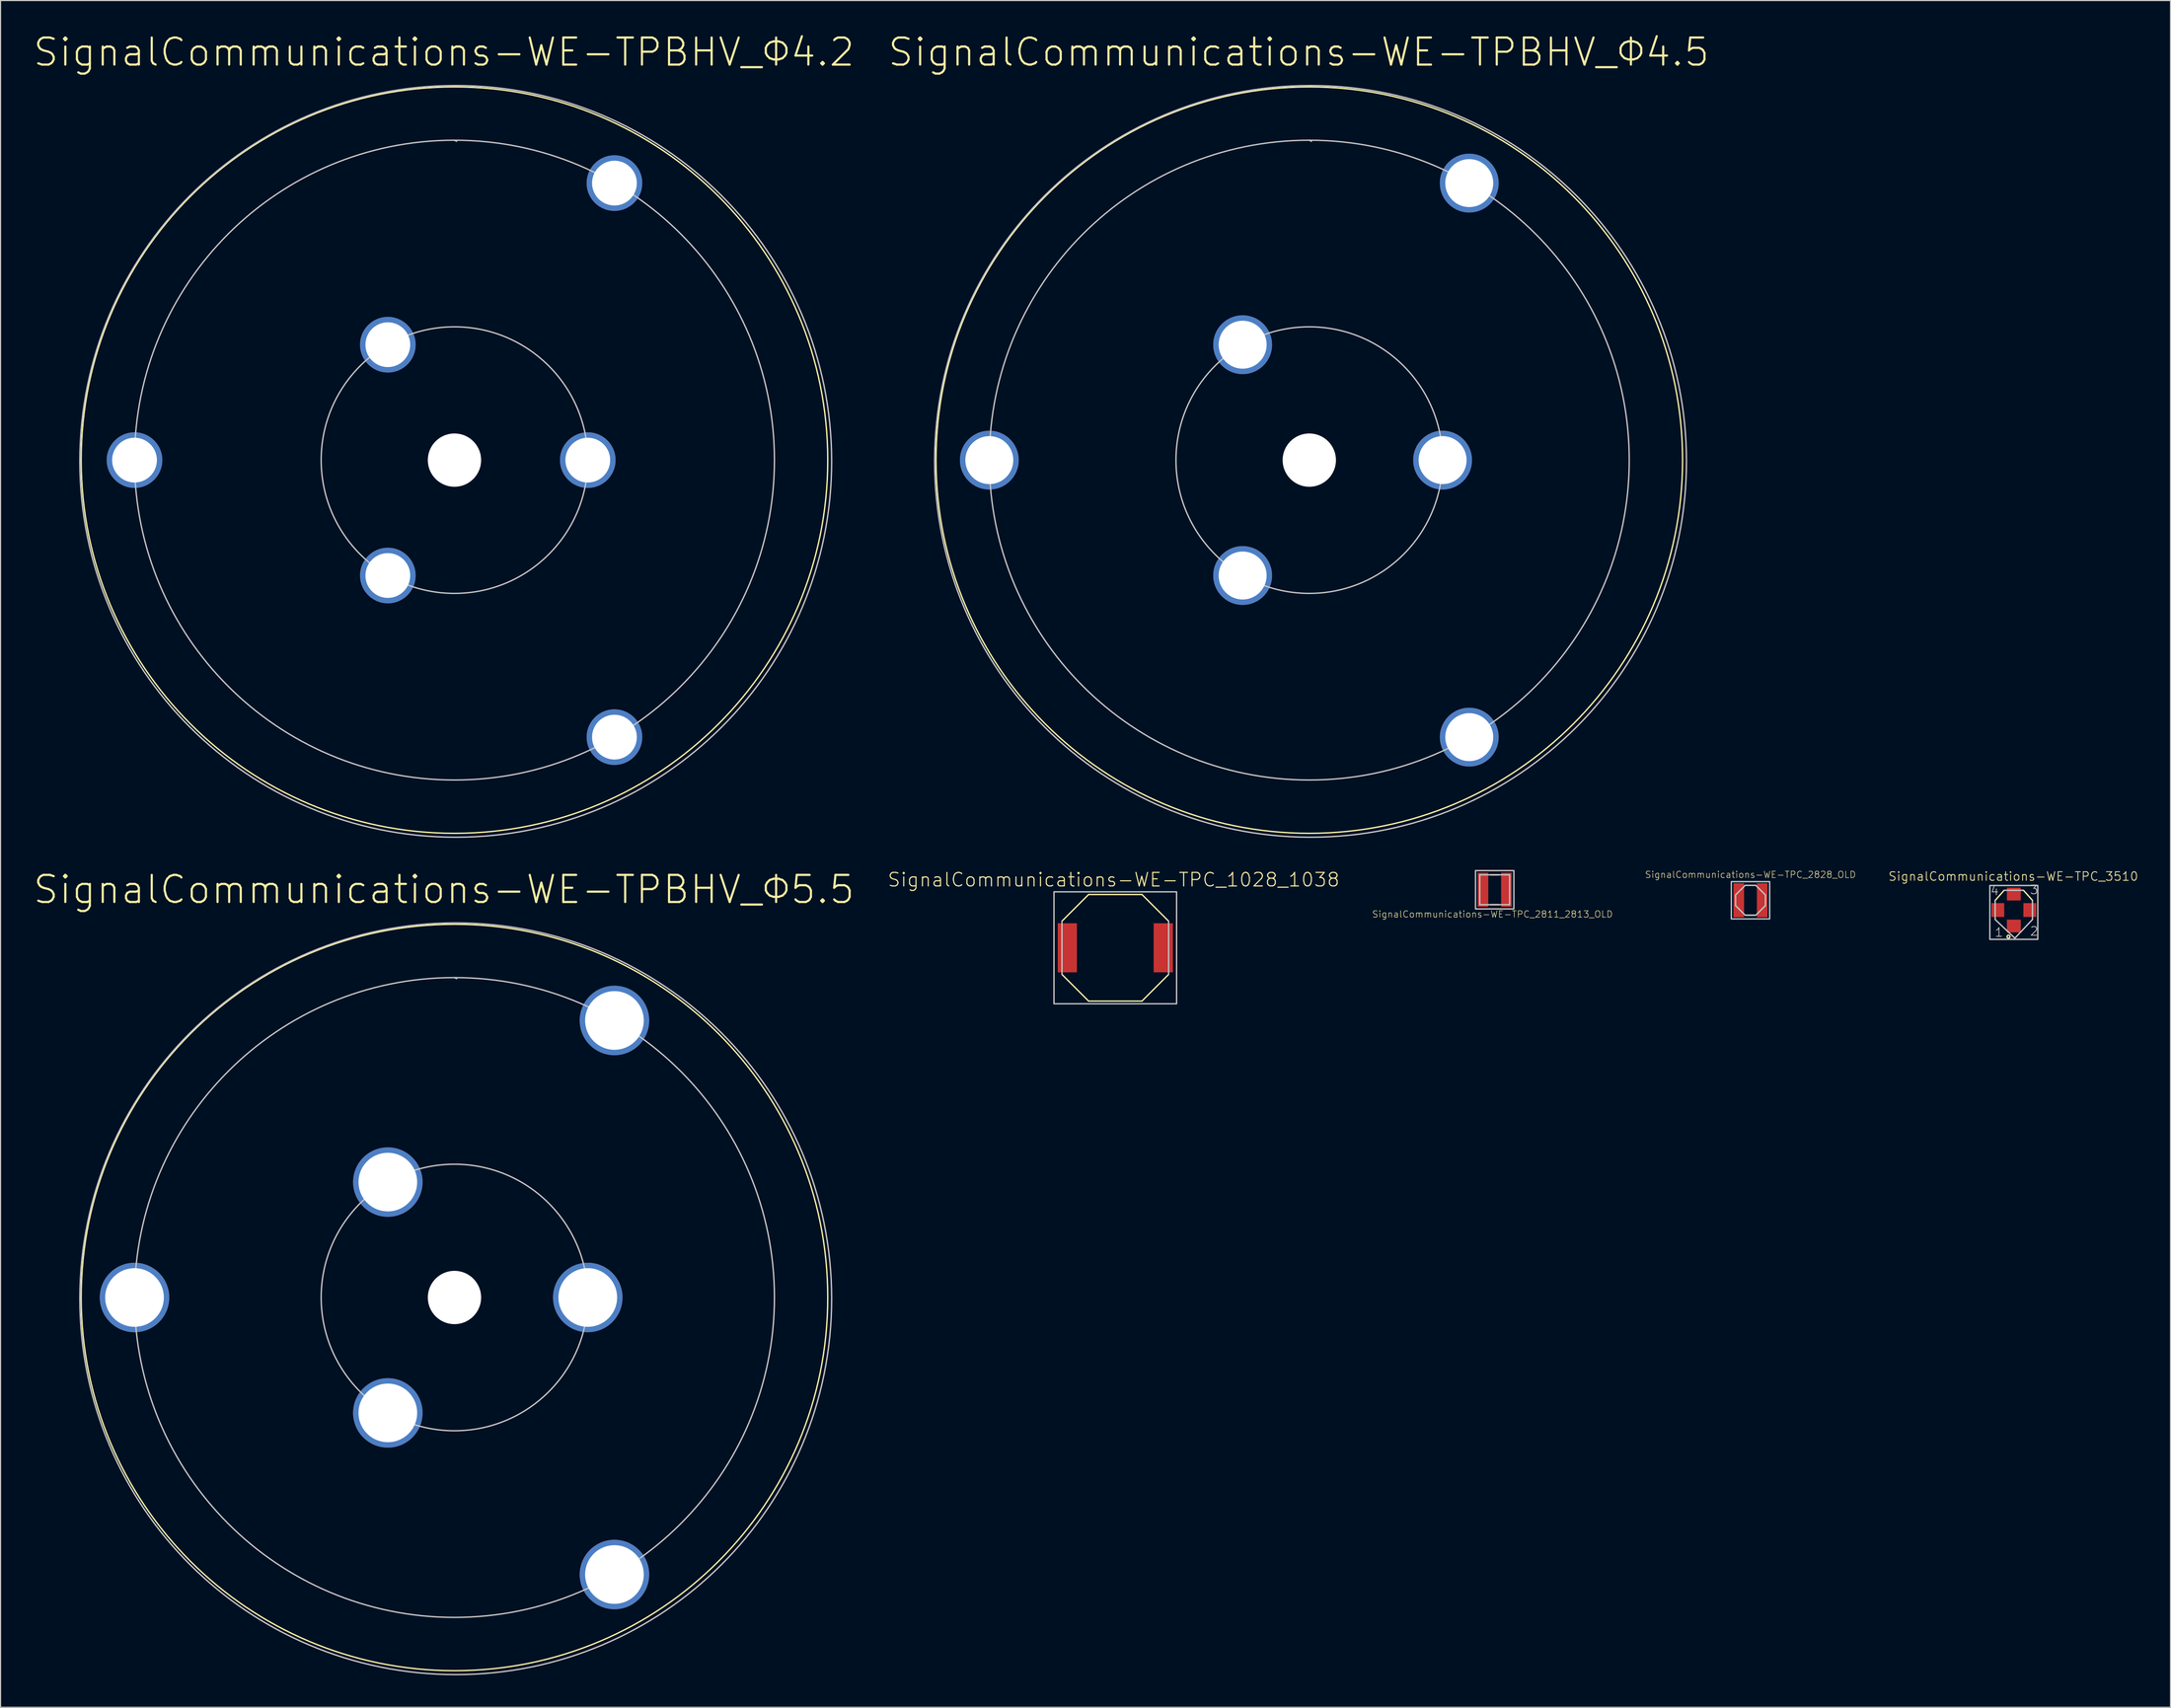
<source format=kicad_pcb>
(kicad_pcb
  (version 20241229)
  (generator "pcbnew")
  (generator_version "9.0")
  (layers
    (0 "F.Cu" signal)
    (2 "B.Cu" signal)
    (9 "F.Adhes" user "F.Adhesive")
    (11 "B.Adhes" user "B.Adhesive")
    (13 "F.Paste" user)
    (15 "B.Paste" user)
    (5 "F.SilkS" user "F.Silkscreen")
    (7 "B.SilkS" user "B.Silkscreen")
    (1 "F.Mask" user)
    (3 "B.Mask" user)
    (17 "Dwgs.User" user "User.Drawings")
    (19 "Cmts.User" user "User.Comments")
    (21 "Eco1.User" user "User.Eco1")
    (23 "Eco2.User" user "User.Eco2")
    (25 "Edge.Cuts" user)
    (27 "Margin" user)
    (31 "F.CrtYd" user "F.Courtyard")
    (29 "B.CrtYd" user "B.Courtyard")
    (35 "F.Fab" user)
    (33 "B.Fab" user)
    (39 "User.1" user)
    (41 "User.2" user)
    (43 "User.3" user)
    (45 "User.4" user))
  (footprint "SignalCommunications-WE-TPBHV_Φ4.5"
    (layer "F.Cu")
    (at 119.71 40.1)
    (property "Reference" "SignalCommunications-WE-TPBHV_Φ4.5" (at -0.988 -38.257 0) (layer "F.SilkS") (effects (font (size 2.54 2.54) (thickness 0.203))))
    (attr exclude_from_pos_files exclude_from_bom)
    (fp_circle (center 0 0) (end 0 -34.999) (stroke (width 0.127) (type solid)) (fill no) (layer "F.SilkS"))
    (fp_line (start 0.198 -29.898) (end 0 -30) (stroke (width 0.127) (type solid)) (layer "Dwgs.User"))
    (fp_circle (center 0 0) (end 0 -30) (stroke (width 0.127) (type solid)) (fill no) (layer "Dwgs.User"))
    (fp_circle (center 0 0) (end 0 -12.499) (stroke (width 0.127) (type solid)) (fill no) (layer "Dwgs.User"))
    (fp_circle (center 0.119 0.119) (end 0.119 -35.128) (stroke (width 0.127) (type solid)) (fill no) (layer "Dwgs.User"))
    (pad "" np_thru_hole circle (at 0 0) (size 4.999 4.999) (drill 4.999) (layers "*.Cu" "*.Mask"))
    (pad "1" thru_hole circle (at 14.999 -25.979) (size 5.514 5.514) (drill 4.498) (layers "*.Cu" "*.Paste" "*.Mask"))
    (pad "2" thru_hole circle (at 14.999 25.979) (size 5.514 5.514) (drill 4.498) (layers "*.Cu" "*.Paste" "*.Mask"))
    (pad "3" thru_hole circle (at -30 0) (size 5.514 5.514) (drill 4.498) (layers "*.Cu" "*.Paste" "*.Mask"))
    (pad "4" thru_hole circle (at 12.499 0) (size 5.514 5.514) (drill 4.498) (layers "*.Cu" "*.Paste" "*.Mask"))
    (pad "5" thru_hole circle (at -6.248 10.823) (size 5.514 5.514) (drill 4.498) (layers "*.Cu" "*.Paste" "*.Mask"))
    (pad "6" thru_hole circle (at -6.248 -10.823) (size 5.514 5.514) (drill 4.498) (layers "*.Cu" "*.Paste" "*.Mask")))
  (footprint "SignalCommunications-WE-TPC_2811_2813_OLD"
    (layer "F.Cu")
    (at 137.094 80.392)
    (property "Reference" "SignalCommunications-WE-TPC_2811_2813_OLD" (at -0.208 2.294 0) (layer "F.SilkS") (effects (font (size 0.61 0.61) (thickness 0.051))))
    (attr smd)
    (fp_line (start -0.399 -1.4) (end 0.399 -1.4) (stroke (width 0.127) (type solid)) (layer "F.SilkS"))
    (fp_line (start -0.399 1.4) (end 0.399 1.4) (stroke (width 0.127) (type solid)) (layer "F.SilkS"))
    (fp_line (start -1.4 -1.4) (end 1.4 -1.4) (stroke (width 0.127) (type solid)) (layer "Dwgs.User"))
    (fp_line (start -1.4 1.4) (end -1.4 -1.4) (stroke (width 0.127) (type solid)) (layer "Dwgs.User"))
    (fp_line (start 1.4 -1.4) (end 1.4 1.4) (stroke (width 0.127) (type solid)) (layer "Dwgs.User"))
    (fp_line (start 1.4 1.4) (end -1.4 1.4) (stroke (width 0.127) (type solid)) (layer "Dwgs.User"))
    (fp_poly (pts (xy -1.798 -1.798) (xy 1.798 -1.798) (xy 1.798 1.798) (xy -1.798 1.798) (xy -1.798 -1.798)) (stroke (width 0.127) (type solid)) (fill no) (layer "Dwgs.User"))
    (pad "1" smd rect (at -1.1 0 90) (size 3.198 0.998) (layers "F.Cu" "F.Mask" "F.Paste"))
    (pad "2" smd rect (at 1.1 0 90) (size 3.198 0.998) (layers "F.Cu" "F.Mask" "F.Paste")))
  (footprint "SignalCommunications-WE-TPBHV_Φ4.2"
    (layer "F.Cu")
    (at 39.562 40.1)
    (property "Reference" "SignalCommunications-WE-TPBHV_Φ4.2" (at -0.988 -38.257 0) (layer "F.SilkS") (effects (font (size 2.54 2.54) (thickness 0.203))))
    (attr exclude_from_pos_files exclude_from_bom)
    (fp_circle (center 0 0) (end 0 -34.999) (stroke (width 0.127) (type solid)) (fill no) (layer "F.SilkS"))
    (fp_line (start 0.198 -29.898) (end 0 -30) (stroke (width 0.127) (type solid)) (layer "Dwgs.User"))
    (fp_circle (center 0 0) (end 0 -30) (stroke (width 0.127) (type solid)) (fill no) (layer "Dwgs.User"))
    (fp_circle (center 0 0) (end 0 -12.499) (stroke (width 0.127) (type solid)) (fill no) (layer "Dwgs.User"))
    (fp_circle (center 0.119 0.119) (end 0.119 -35.128) (stroke (width 0.127) (type solid)) (fill no) (layer "Dwgs.User"))
    (pad "" np_thru_hole circle (at 0 0) (size 4.999 4.999) (drill 4.999) (layers "*.Cu" "*.Mask"))
    (pad "1" thru_hole circle (at 14.999 -25.979) (size 5.215 5.215) (drill 4.199) (layers "*.Cu" "*.Paste" "*.Mask"))
    (pad "2" thru_hole circle (at 14.999 25.979) (size 5.215 5.215) (drill 4.199) (layers "*.Cu" "*.Paste" "*.Mask"))
    (pad "3" thru_hole circle (at -30 0) (size 5.215 5.215) (drill 4.199) (layers "*.Cu" "*.Paste" "*.Mask"))
    (pad "4" thru_hole circle (at 12.499 0) (size 5.215 5.215) (drill 4.199) (layers "*.Cu" "*.Paste" "*.Mask"))
    (pad "5" thru_hole circle (at -6.248 10.823) (size 5.215 5.215) (drill 4.199) (layers "*.Cu" "*.Paste" "*.Mask"))
    (pad "6" thru_hole circle (at -6.248 -10.823) (size 5.215 5.215) (drill 4.199) (layers "*.Cu" "*.Paste" "*.Mask")))
  (footprint "SignalCommunications-WE-TPC_1028_1038"
    (layer "F.Cu")
    (at 101.52 85.835)
    (property "Reference" "SignalCommunications-WE-TPC_1028_1038" (at -0.15 -6.383 0) (layer "F.SilkS") (effects (font (size 1.27 1.27) (thickness 0.102))))
    (attr smd)
    (fp_line (start -4.999 -2.499) (end -2.499 -4.999) (stroke (width 0.127) (type solid)) (layer "F.SilkS"))
    (fp_line (start -4.999 2.499) (end -2.499 4.999) (stroke (width 0.127) (type solid)) (layer "F.SilkS"))
    (fp_line (start -2.499 4.999) (end 2.499 4.999) (stroke (width 0.127) (type solid)) (layer "F.SilkS"))
    (fp_line (start 2.499 -4.999) (end -2.499 -4.999) (stroke (width 0.127) (type solid)) (layer "F.SilkS"))
    (fp_line (start 2.499 4.999) (end 4.999 2.499) (stroke (width 0.127) (type solid)) (layer "F.SilkS"))
    (fp_line (start 4.999 -2.499) (end 2.499 -4.999) (stroke (width 0.127) (type solid)) (layer "F.SilkS"))
    (fp_line (start -4.999 2.499) (end -4.999 -2.499) (stroke (width 0.127) (type solid)) (layer "Dwgs.User"))
    (fp_line (start 4.999 2.499) (end 4.999 -2.499) (stroke (width 0.127) (type solid)) (layer "Dwgs.User"))
    (fp_poly (pts (xy -5.748 5.248) (xy -5.748 -5.248) (xy 5.748 -5.248) (xy 5.748 5.248) (xy -5.748 5.248)) (stroke (width 0.127) (type solid)) (fill no) (layer "Dwgs.User"))
    (pad "1" smd rect (at -4.498 0 90) (size 4.6 1.798) (layers "F.Cu" "F.Mask" "F.Paste"))
    (pad "2" smd rect (at 4.498 0 90) (size 4.6 1.798) (layers "F.Cu" "F.Mask" "F.Paste")))
  (footprint "SignalCommunications-WE-TPC_3510"
    (layer "F.Cu")
    (at 185.767 82.294)
    (property "Reference" "SignalCommunications-WE-TPC_3510" (at -0.048 -3.155 0) (layer "F.SilkS") (effects (font (size 0.813 0.813) (thickness 0.076))))
    (attr smd)
    (fp_line (start -1.748 -0.899) (end -0.909 -1.849) (stroke (width 0.127) (type solid)) (layer "F.SilkS"))
    (fp_line (start 0.899 -1.859) (end 1.748 -0.909) (stroke (width 0.127) (type solid)) (layer "F.SilkS"))
    (fp_circle (center -0.498 2.499) (end -0.498 2.36) (stroke (width 0.127) (type solid)) (fill no) (layer "F.SilkS"))
    (fp_line (start -1.748 -0.899) (end -1.748 0.889) (stroke (width 0.127) (type solid)) (layer "Dwgs.User"))
    (fp_line (start -1.748 0.889) (end 0.099 2.639) (stroke (width 0.127) (type solid)) (layer "Dwgs.User"))
    (fp_line (start -0.899 -1.849) (end 0.899 -1.849) (stroke (width 0.127) (type solid)) (layer "Dwgs.User"))
    (fp_line (start 0.099 2.639) (end 1.748 0.889) (stroke (width 0.127) (type solid)) (layer "Dwgs.User"))
    (fp_line (start 1.748 -0.899) (end 1.748 0.889) (stroke (width 0.127) (type solid)) (layer "Dwgs.User"))
    (fp_poly (pts (xy -2.248 -2.299) (xy 2.248 -2.299) (xy 2.248 2.748) (xy -2.248 2.748) (xy -2.248 -2.299)) (stroke (width 0.127) (type solid)) (fill no) (layer "Dwgs.User"))
    (fp_text user "2" (at 1.905 1.991 0) (layer "Dwgs.User") (effects (font (size 0.813 0.813) (thickness 0.076))))
    (fp_text user "4" (at -1.793 -1.806 0) (layer "Dwgs.User") (effects (font (size 0.813 0.813) (thickness 0.076))))
    (fp_text user "1" (at -1.392 2.093 0) (layer "Dwgs.User") (effects (font (size 0.813 0.813) (thickness 0.076))))
    (fp_text user "3" (at 1.905 -1.905 0) (layer "Dwgs.User") (effects (font (size 0.813 0.813) (thickness 0.076))))
    (pad "1" smd rect (at 0 1.499 90) (size 1.199 1.298) (layers "F.Cu" "F.Mask" "F.Paste"))
    (pad "2" smd rect (at 1.499 0) (size 1.199 1.298) (layers "F.Cu" "F.Mask" "F.Paste"))
    (pad "3" smd rect (at 0 -1.499 270) (size 1.199 1.298) (layers "F.Cu" "F.Mask" "F.Paste"))
    (pad "4" smd rect (at -1.499 0) (size 1.199 1.298) (layers "F.Cu" "F.Mask" "F.Paste")))
  (footprint "SignalCommunications-WE-TPC_2828_OLD"
    (layer "F.Cu")
    (at 161.078 81.379)
    (property "Reference" "SignalCommunications-WE-TPC_2828_OLD" (at 0 -2.403 0) (layer "F.SilkS") (effects (font (size 0.61 0.61) (thickness 0.051))))
    (attr smd)
    (fp_line (start -0.399 -1.4) (end 0.399 -1.4) (stroke (width 0.127) (type solid)) (layer "F.SilkS"))
    (fp_line (start -0.399 1.4) (end 0.399 1.4) (stroke (width 0.127) (type solid)) (layer "F.SilkS"))
    (fp_line (start -1.4 -0.498) (end -0.498 -1.4) (stroke (width 0.127) (type solid)) (layer "Dwgs.User"))
    (fp_line (start -1.4 0.498) (end -1.4 -0.498) (stroke (width 0.127) (type solid)) (layer "Dwgs.User"))
    (fp_line (start -1.4 0.498) (end -0.498 1.4) (stroke (width 0.127) (type solid)) (layer "Dwgs.User"))
    (fp_line (start -0.498 -1.4) (end 0.498 -1.4) (stroke (width 0.127) (type solid)) (layer "Dwgs.User"))
    (fp_line (start -0.498 1.4) (end 0.498 1.4) (stroke (width 0.127) (type solid)) (layer "Dwgs.User"))
    (fp_line (start 0.498 -1.4) (end 1.4 -0.498) (stroke (width 0.127) (type solid)) (layer "Dwgs.User"))
    (fp_line (start 0.498 1.4) (end 1.4 0.498) (stroke (width 0.127) (type solid)) (layer "Dwgs.User"))
    (fp_line (start 1.4 0.498) (end 1.4 -0.498) (stroke (width 0.127) (type solid)) (layer "Dwgs.User"))
    (fp_poly (pts (xy -1.798 1.748) (xy -1.798 -1.748) (xy 1.798 -1.748) (xy 1.798 1.748) (xy -1.798 1.748)) (stroke (width 0.127) (type solid)) (fill no) (layer "Dwgs.User"))
    (pad "1" smd rect (at -1.1 0 90) (size 3.198 0.998) (layers "F.Cu" "F.Mask" "F.Paste"))
    (pad "2" smd rect (at 1.1 0 90) (size 3.198 0.998) (layers "F.Cu" "F.Mask" "F.Paste")))
  (footprint "SignalCommunications-WE-TPBHV_Φ5.5"
    (layer "F.Cu")
    (at 39.562 118.63)
    (property "Reference" "SignalCommunications-WE-TPBHV_Φ5.5" (at -0.988 -38.257 0) (layer "F.SilkS") (effects (font (size 2.54 2.54) (thickness 0.203))))
    (attr exclude_from_pos_files exclude_from_bom)
    (fp_circle (center 0 0) (end 0 -34.999) (stroke (width 0.127) (type solid)) (fill no) (layer "F.SilkS"))
    (fp_line (start 0.198 -29.898) (end 0 -30) (stroke (width 0.127) (type solid)) (layer "Dwgs.User"))
    (fp_circle (center 0 0) (end 0 -30) (stroke (width 0.127) (type solid)) (fill no) (layer "Dwgs.User"))
    (fp_circle (center 0 0) (end 0 -12.499) (stroke (width 0.127) (type solid)) (fill no) (layer "Dwgs.User"))
    (fp_circle (center 0.119 0.119) (end 0.119 -35.128) (stroke (width 0.127) (type solid)) (fill no) (layer "Dwgs.User"))
    (pad "" np_thru_hole circle (at 0 0) (size 4.999 4.999) (drill 4.999) (layers "*.Cu" "*.Mask"))
    (pad "1" thru_hole circle (at 14.999 -25.979) (size 6.515 6.515) (drill 5.499) (layers "*.Cu" "*.Paste" "*.Mask"))
    (pad "2" thru_hole circle (at 14.999 25.979) (size 6.515 6.515) (drill 5.499) (layers "*.Cu" "*.Paste" "*.Mask"))
    (pad "3" thru_hole circle (at -30 0) (size 6.515 6.515) (drill 5.499) (layers "*.Cu" "*.Paste" "*.Mask"))
    (pad "4" thru_hole circle (at 12.499 0) (size 6.515 6.515) (drill 5.499) (layers "*.Cu" "*.Paste" "*.Mask"))
    (pad "5" thru_hole circle (at -6.248 10.823) (size 6.515 6.515) (drill 5.499) (layers "*.Cu" "*.Paste" "*.Mask"))
    (pad "6" thru_hole circle (at -6.248 -10.823) (size 6.515 6.515) (drill 5.499) (layers "*.Cu" "*.Paste" "*.Mask")))
  (gr_rect
    (start -3 -3)
    (end 200.46 157.061)
    (stroke (width 0.1) (type default))
    (fill no)
    (layer "Edge.Cuts")))
</source>
